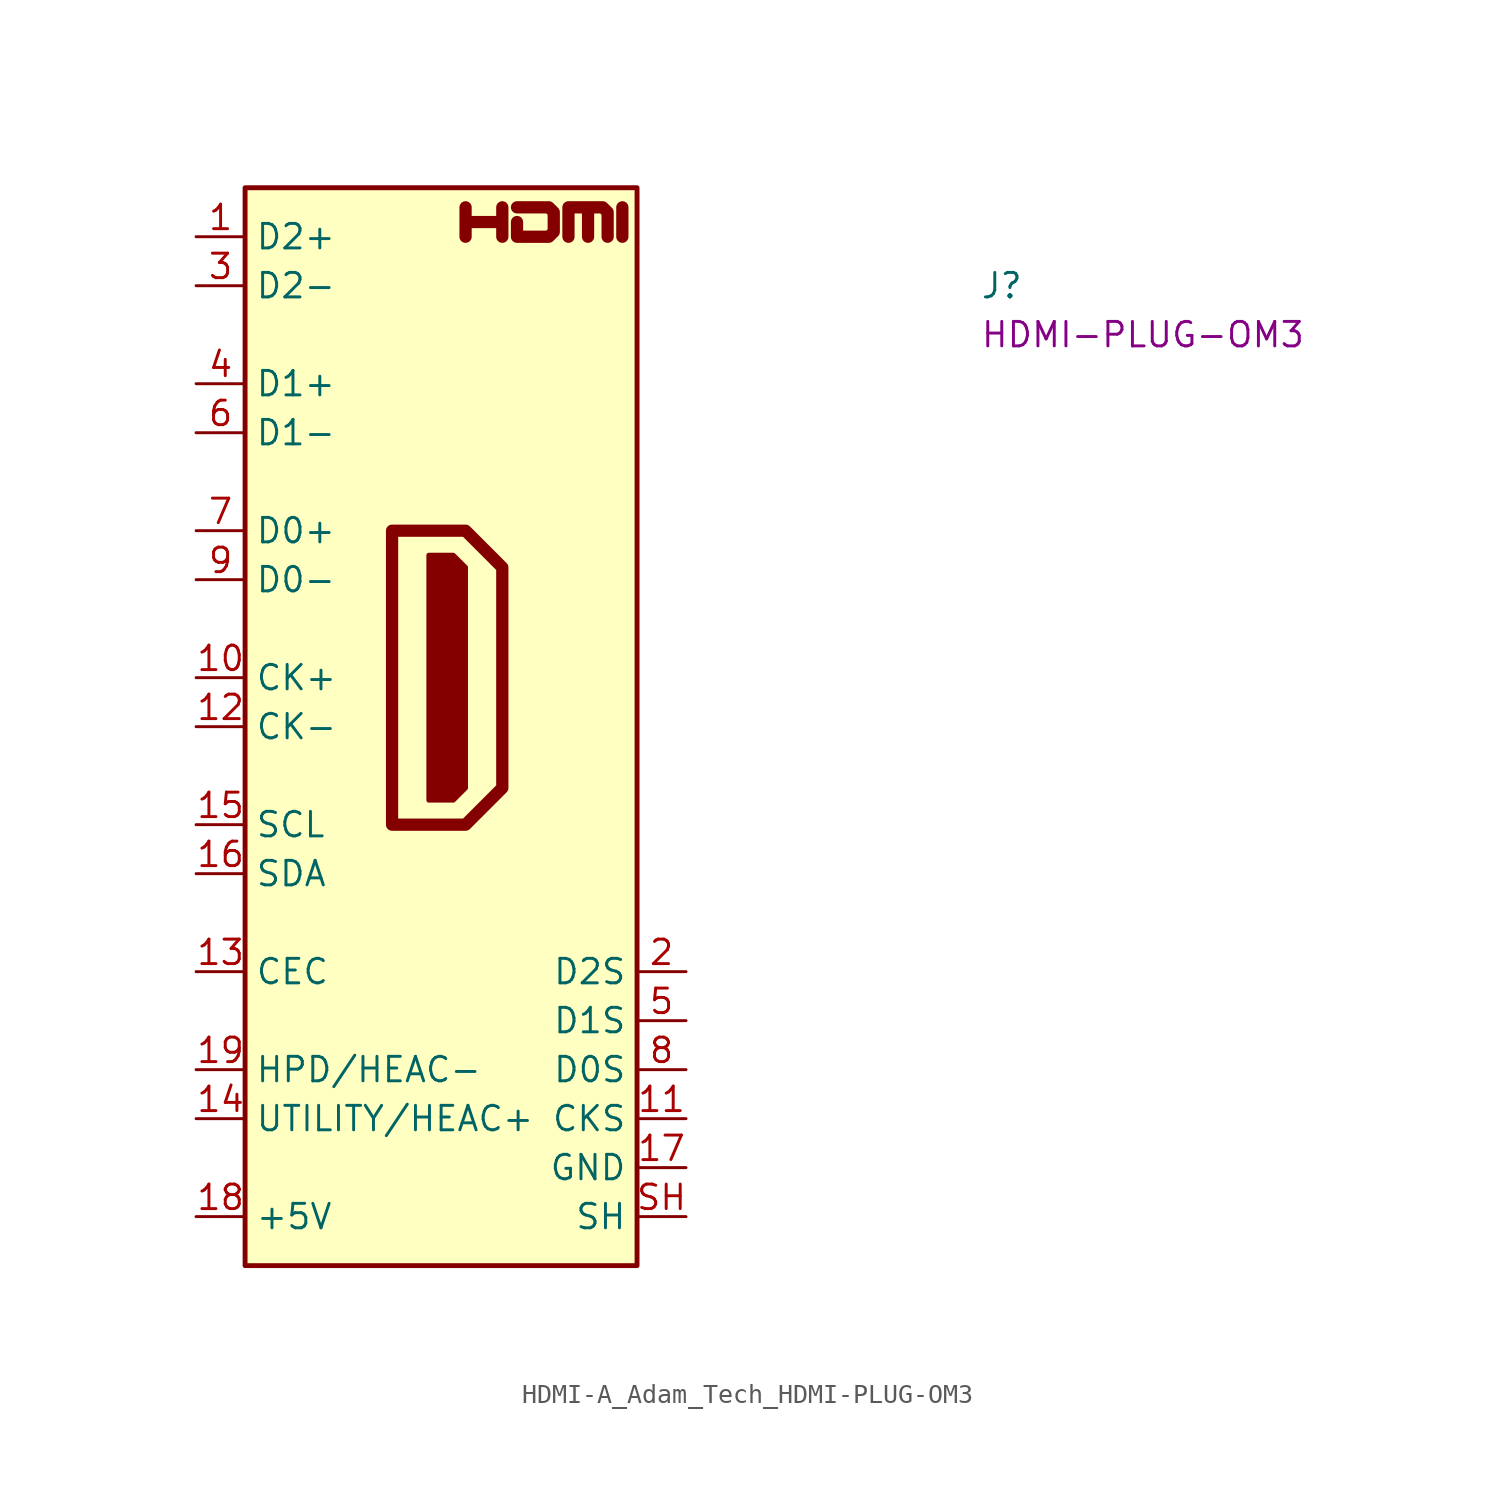
<source format=kicad_sym>
(kicad_symbol_lib
  (version 20220914)
  (generator kicad_symbol_editor)
  (symbol "HDMI-A_Adam_Tech_HDMI-PLUG-OM3"
    (property "Reference" "J"
      (at 40.64 -2.54 0)
      (effects (font (size 1.27 1.27)) (justify left)))
    (property "MPN" "HDMI-PLUG-OM3"
      (at 40.64 -5.08 0)
      (effects (font (size 1.27 1.27)) (justify left)))
    (symbol "HDMI-A_Adam_Tech_HDMI-PLUG-OM3_0_0"
      (polyline (pts (xy 22.098 0) (xy 22.098 1.524)) (stroke (width 0.635) (type default)) (fill (type none)))
      (polyline (pts (xy 13.97 0) (xy 13.97 1.524) (xy 13.97 0.762) (xy 15.875 0.762) (xy 15.875 1.524) (xy 15.875 0)) (stroke (width 0.635) (type default)) (fill (type none)))
      (polyline (pts (xy 16.637 1.524) (xy 18.288 1.524) (xy 18.542 1.27) (xy 18.542 0.254) (xy 18.288 0) (xy 16.637 0) (xy 16.637 0.762)) (stroke (width 0.635) (type default)) (fill (type none))))
    (symbol "HDMI-A_Adam_Tech_HDMI-PLUG-OM3_0_1"
      (polyline (pts (xy 10.16 -15.24) (xy 13.97 -15.24) (xy 15.875 -17.145) (xy 15.875 -28.575) (xy 13.97 -30.48) (xy 10.16 -30.48) (xy 10.16 -15.24)) (stroke (width 0.635) (type default)) (fill (type none)))
      (polyline (pts (xy 12.065 -16.51) (xy 13.335 -16.51) (xy 13.97 -17.145) (xy 13.97 -28.575) (xy 13.335 -29.21) (xy 12.065 -29.21) (xy 12.065 -16.51)) (stroke (width 0.254) (type default)) (fill (type outline)))
      (polyline (pts (xy 19.304 0) (xy 19.304 1.524) (xy 20.32 1.524) (xy 20.32 0) (xy 20.32 1.524) (xy 21.082 1.524) (xy 21.336 1.27) (xy 21.336 0)) (stroke (width 0.635) (type default)) (fill (type none))))
    (symbol "HDMI-A_Adam_Tech_HDMI-PLUG-OM3_1_1"
      (rectangle (start 2.54 2.54) (end 22.86 -53.34) (stroke (width 0.254) (type default)) (fill (type background)))
      (pin bidirectional line (at 0 0 0) (length 2.54) (name "D2+" (effects (font (size 1.27 1.27)))) (number "1" (effects (font (size 1.27 1.27)))))
      (pin bidirectional line (at 0 -22.86 0) (length 2.54) (name "CK+" (effects (font (size 1.27 1.27)))) (number "10" (effects (font (size 1.27 1.27)))))
      (pin passive line (at 25.4 -45.72 180) (length 2.54) (name "CKS" (effects (font (size 1.27 1.27)))) (number "11" (effects (font (size 1.27 1.27)))))
      (pin bidirectional line (at 0 -25.4 0) (length 2.54) (name "CK-" (effects (font (size 1.27 1.27)))) (number "12" (effects (font (size 1.27 1.27)))))
      (pin bidirectional line (at 0 -38.1 0) (length 2.54) (name "CEC" (effects (font (size 1.27 1.27)))) (number "13" (effects (font (size 1.27 1.27)))))
      (pin bidirectional line (at 0 -45.72 0) (length 2.54) (name "UTILITY/HEAC+" (effects (font (size 1.27 1.27)))) (number "14" (effects (font (size 1.27 1.27)))) (alternate "HEAC+" passive line) (alternate "UTILITY" passive line))
      (pin bidirectional line (at 0 -30.48 0) (length 2.54) (name "SCL" (effects (font (size 1.27 1.27)))) (number "15" (effects (font (size 1.27 1.27)))))
      (pin bidirectional line (at 0 -33.02 0) (length 2.54) (name "SDA" (effects (font (size 1.27 1.27)))) (number "16" (effects (font (size 1.27 1.27)))))
      (pin power_in line (at 25.4 -48.26 180) (length 2.54) (name "GND" (effects (font (size 1.27 1.27)))) (number "17" (effects (font (size 1.27 1.27)))))
      (pin power_in line (at 0 -50.8 0) (length 2.54) (name "+5V" (effects (font (size 1.27 1.27)))) (number "18" (effects (font (size 1.27 1.27)))))
      (pin bidirectional line (at 0 -43.18 0) (length 2.54) (name "HPD/HEAC-" (effects (font (size 1.27 1.27)))) (number "19" (effects (font (size 1.27 1.27)))) (alternate "HEAC-" passive line) (alternate "HPD" passive line))
      (pin passive line (at 25.4 -38.1 180) (length 2.54) (name "D2S" (effects (font (size 1.27 1.27)))) (number "2" (effects (font (size 1.27 1.27)))))
      (pin bidirectional line (at 0 -2.54 0) (length 2.54) (name "D2-" (effects (font (size 1.27 1.27)))) (number "3" (effects (font (size 1.27 1.27)))))
      (pin bidirectional line (at 0 -7.62 0) (length 2.54) (name "D1+" (effects (font (size 1.27 1.27)))) (number "4" (effects (font (size 1.27 1.27)))))
      (pin passive line (at 25.4 -40.64 180) (length 2.54) (name "D1S" (effects (font (size 1.27 1.27)))) (number "5" (effects (font (size 1.27 1.27)))))
      (pin bidirectional line (at 0 -10.16 0) (length 2.54) (name "D1-" (effects (font (size 1.27 1.27)))) (number "6" (effects (font (size 1.27 1.27)))))
      (pin bidirectional line (at 0 -15.24 0) (length 2.54) (name "D0+" (effects (font (size 1.27 1.27)))) (number "7" (effects (font (size 1.27 1.27)))))
      (pin passive line (at 25.4 -43.18 180) (length 2.54) (name "D0S" (effects (font (size 1.27 1.27)))) (number "8" (effects (font (size 1.27 1.27)))))
      (pin bidirectional line (at 0 -17.78 0) (length 2.54) (name "D0-" (effects (font (size 1.27 1.27)))) (number "9" (effects (font (size 1.27 1.27)))))
      (pin passive line (at 25.4 -50.8 180) (length 2.54) (name "SH" (effects (font (size 1.27 1.27)))) (number "SH" (effects (font (size 1.27 1.27))))))))
</source>
